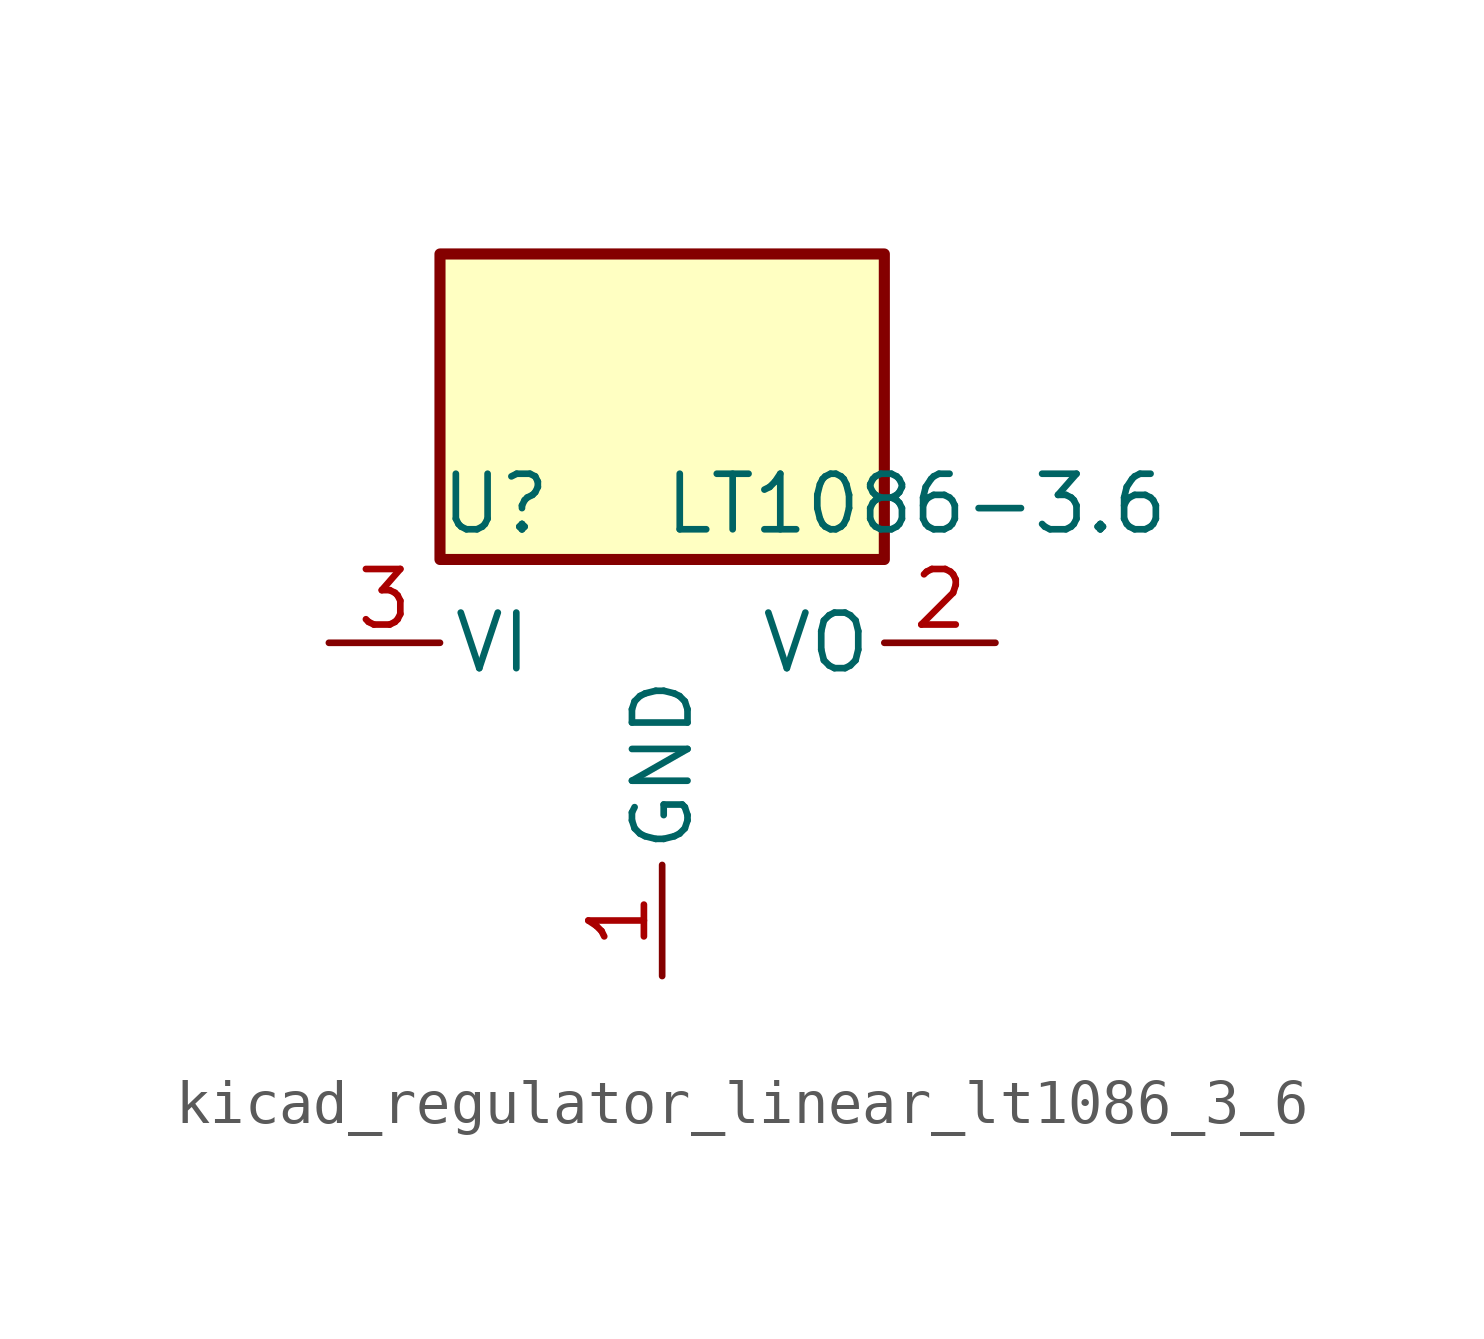
<source format=kicad_sym>
(kicad_symbol_lib
  (version 20220914)
  (generator kicad_symbol_editor)
  (symbol "kicad_regulator_linear_lt1086_3_6"
    (pin_names
      (offset 0.254))
    (property "Reference" "U"
      (at -3.81 3.175 0)
      (effects (font (size 1.27 1.27))))
    (property "Value" "LT1086-3.6"
      (at 0 3.175 0)
      (effects (font (size 1.27 1.27)) (justify left)))
    (symbol "kicad_regulator_linear_lt1086_3_6_0_1"
      (rectangle (start 5.08 8.89) (end -5.08 1.905) (stroke (width 0.254) (type default)) (fill (type background))))
    (symbol "kicad_regulator_linear_lt1086_3_6_1_1"
      (pin power_in line (at 0 -7.62 90) (length 2.54) (name "GND" (effects (font (size 1.27 1.27)))) (number "1" (effects (font (size 1.27 1.27)))))
      (pin power_out line (at 7.62 0 180) (length 2.54) (name "VO" (effects (font (size 1.27 1.27)))) (number "2" (effects (font (size 1.27 1.27)))))
      (pin power_in line (at -7.62 0 0) (length 2.54) (name "VI" (effects (font (size 1.27 1.27)))) (number "3" (effects (font (size 1.27 1.27))))))))
</source>
